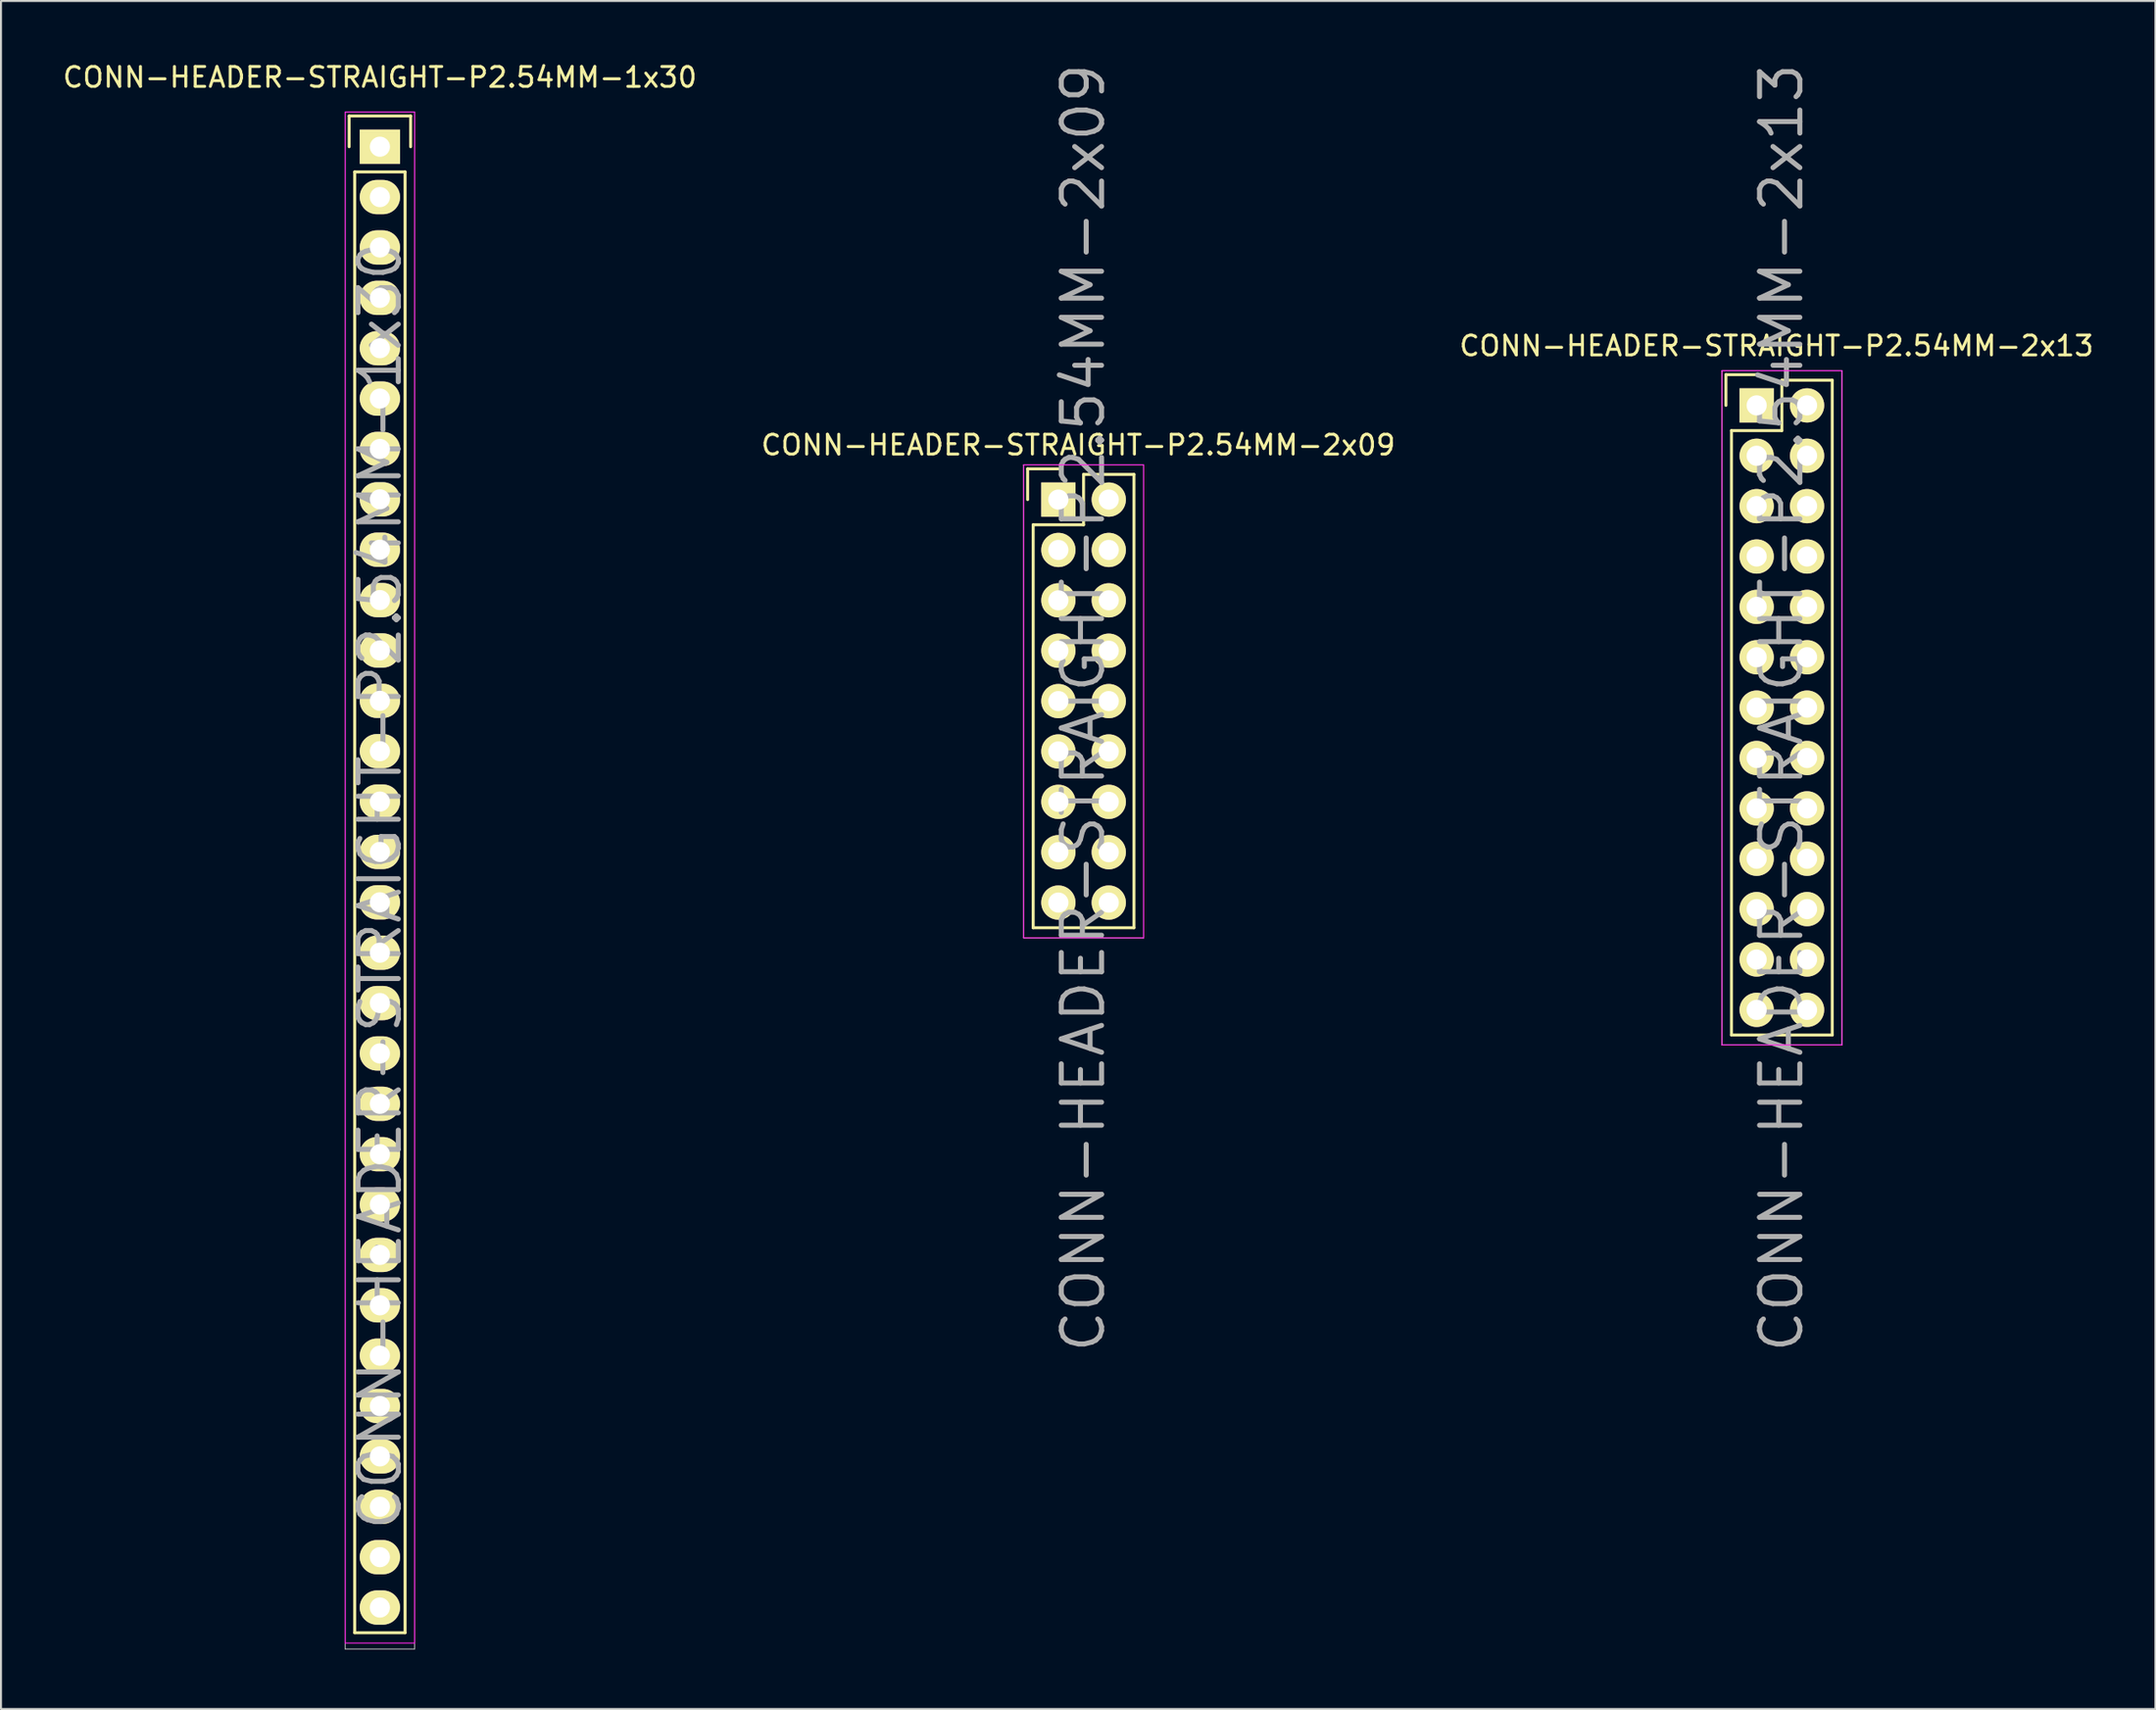
<source format=kicad_pcb>
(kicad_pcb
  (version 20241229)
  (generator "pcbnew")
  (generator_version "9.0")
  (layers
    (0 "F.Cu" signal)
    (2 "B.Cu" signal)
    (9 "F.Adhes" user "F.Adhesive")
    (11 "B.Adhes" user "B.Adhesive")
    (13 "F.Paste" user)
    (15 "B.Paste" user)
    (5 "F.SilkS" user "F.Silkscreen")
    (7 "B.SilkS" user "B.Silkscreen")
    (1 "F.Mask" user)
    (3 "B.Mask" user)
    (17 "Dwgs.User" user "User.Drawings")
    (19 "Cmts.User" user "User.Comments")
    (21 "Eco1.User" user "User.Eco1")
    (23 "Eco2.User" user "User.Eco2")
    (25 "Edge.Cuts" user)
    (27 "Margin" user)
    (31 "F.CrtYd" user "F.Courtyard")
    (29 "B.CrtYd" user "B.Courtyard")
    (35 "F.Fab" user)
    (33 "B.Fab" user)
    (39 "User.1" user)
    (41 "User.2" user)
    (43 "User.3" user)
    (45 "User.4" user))
  (footprint "CONN-HEADER-STRAIGHT-P2.54MM-2x09"
    (layer "F.Cu")
    (at 50.304 22.141)
    (property "Reference" "CONN-HEADER-STRAIGHT-P2.54MM-2x09" (at 1.25 10.5 90) (layer "F.Fab") (effects (font (size 2.032 2.032) (thickness 0.254))))
    (attr through_hole)
    (fp_line (start -1.55 -1.55) (end -1.55 0) (stroke (width 0.15) (type solid)) (layer "F.SilkS"))
    (fp_line (start -1.27 1.27) (end -1.27 21.59) (stroke (width 0.15) (type solid)) (layer "F.SilkS"))
    (fp_line (start 0 -1.55) (end -1.55 -1.55) (stroke (width 0.15) (type solid)) (layer "F.SilkS"))
    (fp_line (start 1.27 -1.27) (end 1.27 1.27) (stroke (width 0.15) (type solid)) (layer "F.SilkS"))
    (fp_line (start 1.27 1.27) (end -1.27 1.27) (stroke (width 0.15) (type solid)) (layer "F.SilkS"))
    (fp_line (start 3.81 -1.27) (end 1.27 -1.27) (stroke (width 0.15) (type solid)) (layer "F.SilkS"))
    (fp_line (start 3.81 21.59) (end -1.27 21.59) (stroke (width 0.15) (type solid)) (layer "F.SilkS"))
    (fp_line (start 3.81 21.59) (end 3.81 -1.27) (stroke (width 0.15) (type solid)) (layer "F.SilkS"))
    (fp_line (start -1.75 -1.75) (end -1.75 22.1) (stroke (width 0.05) (type solid)) (layer "F.CrtYd"))
    (fp_line (start -1.75 -1.75) (end 4.3 -1.75) (stroke (width 0.05) (type solid)) (layer "F.CrtYd"))
    (fp_line (start -1.75 22.1) (end 4.3 22.1) (stroke (width 0.05) (type solid)) (layer "F.CrtYd"))
    (fp_line (start 4.3 -1.75) (end 4.3 22.1) (stroke (width 0.05) (type solid)) (layer "F.CrtYd"))
    (fp_line (start -1.75 -1.75) (end -1.75 22.1) (stroke (width 0.05) (type solid)) (layer "F.Fab"))
    (fp_line (start -1.75 -1.75) (end 4.3 -1.75) (stroke (width 0.05) (type solid)) (layer "F.Fab"))
    (fp_line (start -1.75 22.1) (end 4.3 22.1) (stroke (width 0.05) (type solid)) (layer "F.Fab"))
    (fp_line (start 4.3 -1.75) (end 4.3 22.1) (stroke (width 0.05) (type solid)) (layer "F.Fab"))
    (fp_text user "${REFERENCE}" (at 1 -2.75 0) (layer "F.SilkS") (effects (font (size 1 1) (thickness 0.15))))
    (pad "1" thru_hole rect (at 0 0) (size 1.727 1.727) (drill 1.016) (layers "*.Cu" "*.Mask" "F.SilkS"))
    (pad "2" thru_hole oval (at 2.54 0) (size 1.727 1.727) (drill 1.016) (layers "*.Cu" "*.Mask" "F.SilkS"))
    (pad "3" thru_hole oval (at 0 2.54) (size 1.727 1.727) (drill 1.016) (layers "*.Cu" "*.Mask" "F.SilkS"))
    (pad "4" thru_hole oval (at 2.54 2.54) (size 1.727 1.727) (drill 1.016) (layers "*.Cu" "*.Mask" "F.SilkS"))
    (pad "5" thru_hole oval (at 0 5.08) (size 1.727 1.727) (drill 1.016) (layers "*.Cu" "*.Mask" "F.SilkS"))
    (pad "6" thru_hole oval (at 2.54 5.08) (size 1.727 1.727) (drill 1.016) (layers "*.Cu" "*.Mask" "F.SilkS"))
    (pad "7" thru_hole oval (at 0 7.62) (size 1.727 1.727) (drill 1.016) (layers "*.Cu" "*.Mask" "F.SilkS"))
    (pad "8" thru_hole oval (at 2.54 7.62) (size 1.727 1.727) (drill 1.016) (layers "*.Cu" "*.Mask" "F.SilkS"))
    (pad "9" thru_hole oval (at 0 10.16) (size 1.727 1.727) (drill 1.016) (layers "*.Cu" "*.Mask" "F.SilkS"))
    (pad "10" thru_hole oval (at 2.54 10.16) (size 1.727 1.727) (drill 1.016) (layers "*.Cu" "*.Mask" "F.SilkS"))
    (pad "11" thru_hole oval (at 0 12.7) (size 1.727 1.727) (drill 1.016) (layers "*.Cu" "*.Mask" "F.SilkS"))
    (pad "12" thru_hole oval (at 2.54 12.7) (size 1.727 1.727) (drill 1.016) (layers "*.Cu" "*.Mask" "F.SilkS"))
    (pad "13" thru_hole oval (at 0 15.24) (size 1.727 1.727) (drill 1.016) (layers "*.Cu" "*.Mask" "F.SilkS"))
    (pad "14" thru_hole oval (at 2.54 15.24) (size 1.727 1.727) (drill 1.016) (layers "*.Cu" "*.Mask" "F.SilkS"))
    (pad "15" thru_hole oval (at 0 17.78) (size 1.727 1.727) (drill 1.016) (layers "*.Cu" "*.Mask" "F.SilkS"))
    (pad "16" thru_hole oval (at 2.54 17.78) (size 1.727 1.727) (drill 1.016) (layers "*.Cu" "*.Mask" "F.SilkS"))
    (pad "17" thru_hole oval (at 0 20.32) (size 1.727 1.727) (drill 1.016) (layers "*.Cu" "*.Mask" "F.SilkS"))
    (pad "18" thru_hole oval (at 2.54 20.32) (size 1.727 1.727) (drill 1.016) (layers "*.Cu" "*.Mask" "F.SilkS")))
  (footprint "CONN-HEADER-STRAIGHT-P2.54MM-1x30"
    (layer "F.Cu")
    (at 16.101 4.348)
    (property "Reference" "CONN-HEADER-STRAIGHT-P2.54MM-1x30" (at 0 37.25 90) (layer "F.Fab") (effects (font (size 2.032 2.032) (thickness 0.254))))
    (attr through_hole)
    (fp_line (start -1.55 -1.55) (end 1.55 -1.55) (stroke (width 0.15) (type solid)) (layer "F.SilkS"))
    (fp_line (start -1.55 0) (end -1.55 -1.55) (stroke (width 0.15) (type solid)) (layer "F.SilkS"))
    (fp_line (start -1.27 1.27) (end -1.27 74.93) (stroke (width 0.15) (type solid)) (layer "F.SilkS"))
    (fp_line (start -1.27 74.93) (end 1.27 74.93) (stroke (width 0.15) (type solid)) (layer "F.SilkS"))
    (fp_line (start 1.27 1.27) (end -1.27 1.27) (stroke (width 0.15) (type solid)) (layer "F.SilkS"))
    (fp_line (start 1.27 74.93) (end 1.27 1.27) (stroke (width 0.15) (type solid)) (layer "F.SilkS"))
    (fp_line (start 1.55 -1.55) (end 1.55 0) (stroke (width 0.15) (type solid)) (layer "F.SilkS"))
    (fp_line (start -1.75 -1.75) (end -1.75 75.45) (stroke (width 0.05) (type solid)) (layer "F.CrtYd"))
    (fp_line (start -1.75 -1.75) (end 1.75 -1.75) (stroke (width 0.05) (type solid)) (layer "F.CrtYd"))
    (fp_line (start -1.75 75.45) (end 1.75 75.45) (stroke (width 0.05) (type solid)) (layer "F.CrtYd"))
    (fp_line (start 1.75 -1.75) (end 1.75 75.45) (stroke (width 0.05) (type solid)) (layer "F.CrtYd"))
    (fp_line (start -1.75 -1.75) (end 1.75 -1.75) (stroke (width 0.051) (type solid)) (layer "F.Fab"))
    (fp_line (start -1.75 75.75) (end -1.75 -1.75) (stroke (width 0.051) (type solid)) (layer "F.Fab"))
    (fp_line (start 1.75 -1.75) (end 1.75 75.75) (stroke (width 0.051) (type solid)) (layer "F.Fab"))
    (fp_line (start 1.75 75.75) (end -1.75 75.75) (stroke (width 0.051) (type solid)) (layer "F.Fab"))
    (fp_text user "${REFERENCE}" (at 0 -3.5 0) (layer "F.SilkS") (effects (font (size 1 1) (thickness 0.15))))
    (pad "1" thru_hole rect (at 0 0) (size 2.032 1.727) (drill 1.016) (layers "*.Cu" "*.Mask" "F.SilkS"))
    (pad "2" thru_hole oval (at 0 2.54) (size 2.032 1.727) (drill 1.016) (layers "*.Cu" "*.Mask" "F.SilkS"))
    (pad "3" thru_hole oval (at 0 5.08) (size 2.032 1.727) (drill 1.016) (layers "*.Cu" "*.Mask" "F.SilkS"))
    (pad "4" thru_hole oval (at 0 7.62) (size 2.032 1.727) (drill 1.016) (layers "*.Cu" "*.Mask" "F.SilkS"))
    (pad "5" thru_hole oval (at 0 10.16) (size 2.032 1.727) (drill 1.016) (layers "*.Cu" "*.Mask" "F.SilkS"))
    (pad "6" thru_hole oval (at 0 12.7) (size 2.032 1.727) (drill 1.016) (layers "*.Cu" "*.Mask" "F.SilkS"))
    (pad "7" thru_hole oval (at 0 15.24) (size 2.032 1.727) (drill 1.016) (layers "*.Cu" "*.Mask" "F.SilkS"))
    (pad "8" thru_hole oval (at 0 17.78) (size 2.032 1.727) (drill 1.016) (layers "*.Cu" "*.Mask" "F.SilkS"))
    (pad "9" thru_hole oval (at 0 20.32) (size 2.032 1.727) (drill 1.016) (layers "*.Cu" "*.Mask" "F.SilkS"))
    (pad "10" thru_hole oval (at 0 22.86) (size 2.032 1.727) (drill 1.016) (layers "*.Cu" "*.Mask" "F.SilkS"))
    (pad "11" thru_hole oval (at 0 25.4) (size 2.032 1.727) (drill 1.016) (layers "*.Cu" "*.Mask" "F.SilkS"))
    (pad "12" thru_hole oval (at 0 27.94) (size 2.032 1.727) (drill 1.016) (layers "*.Cu" "*.Mask" "F.SilkS"))
    (pad "13" thru_hole oval (at 0 30.48) (size 2.032 1.727) (drill 1.016) (layers "*.Cu" "*.Mask" "F.SilkS"))
    (pad "14" thru_hole oval (at 0 33.02) (size 2.032 1.727) (drill 1.016) (layers "*.Cu" "*.Mask" "F.SilkS"))
    (pad "15" thru_hole oval (at 0 35.56) (size 2.032 1.727) (drill 1.016) (layers "*.Cu" "*.Mask" "F.SilkS"))
    (pad "16" thru_hole oval (at 0 38.1) (size 2.032 1.727) (drill 1.016) (layers "*.Cu" "*.Mask" "F.SilkS"))
    (pad "17" thru_hole oval (at 0 40.64) (size 2.032 1.727) (drill 1.016) (layers "*.Cu" "*.Mask" "F.SilkS"))
    (pad "18" thru_hole oval (at 0 43.18) (size 2.032 1.727) (drill 1.016) (layers "*.Cu" "*.Mask" "F.SilkS"))
    (pad "19" thru_hole oval (at 0 45.72) (size 2.032 1.727) (drill 1.016) (layers "*.Cu" "*.Mask" "F.SilkS"))
    (pad "20" thru_hole oval (at 0 48.26) (size 2.032 1.727) (drill 1.016) (layers "*.Cu" "*.Mask" "F.SilkS"))
    (pad "21" thru_hole oval (at 0 50.8) (size 2.032 1.727) (drill 1.016) (layers "*.Cu" "*.Mask" "F.SilkS"))
    (pad "22" thru_hole oval (at 0 53.34) (size 2.032 1.727) (drill 1.016) (layers "*.Cu" "*.Mask" "F.SilkS"))
    (pad "23" thru_hole oval (at 0 55.88) (size 2.032 1.727) (drill 1.016) (layers "*.Cu" "*.Mask" "F.SilkS"))
    (pad "24" thru_hole oval (at 0 58.42) (size 2.032 1.727) (drill 1.016) (layers "*.Cu" "*.Mask" "F.SilkS"))
    (pad "25" thru_hole oval (at 0 60.96) (size 2.032 1.727) (drill 1.016) (layers "*.Cu" "*.Mask" "F.SilkS"))
    (pad "26" thru_hole oval (at 0 63.5) (size 2.032 1.727) (drill 1.016) (layers "*.Cu" "*.Mask" "F.SilkS"))
    (pad "27" thru_hole oval (at 0 66.04) (size 2.032 1.727) (drill 1.016) (layers "*.Cu" "*.Mask" "F.SilkS"))
    (pad "28" thru_hole oval (at 0 68.58) (size 2.032 1.727) (drill 1.016) (layers "*.Cu" "*.Mask" "F.SilkS"))
    (pad "29" thru_hole oval (at 0 71.12) (size 2.032 1.727) (drill 1.016) (layers "*.Cu" "*.Mask" "F.SilkS"))
    (pad "30" thru_hole oval (at 0 73.66) (size 2.032 1.727) (drill 1.016) (layers "*.Cu" "*.Mask" "F.SilkS")))
  (footprint "CONN-HEADER-STRAIGHT-P2.54MM-2x13"
    (layer "F.Cu")
    (at 85.506 17.391)
    (property "Reference" "CONN-HEADER-STRAIGHT-P2.54MM-2x13" (at 1.25 15.25 90) (layer "F.Fab") (effects (font (size 2.032 2.032) (thickness 0.254))))
    (attr through_hole)
    (fp_line (start -1.55 -1.55) (end -1.55 0) (stroke (width 0.15) (type solid)) (layer "F.SilkS"))
    (fp_line (start -1.27 1.27) (end -1.27 31.75) (stroke (width 0.15) (type solid)) (layer "F.SilkS"))
    (fp_line (start 0 -1.55) (end -1.55 -1.55) (stroke (width 0.15) (type solid)) (layer "F.SilkS"))
    (fp_line (start 1.27 -1.27) (end 1.27 1.27) (stroke (width 0.15) (type solid)) (layer "F.SilkS"))
    (fp_line (start 1.27 1.27) (end -1.27 1.27) (stroke (width 0.15) (type solid)) (layer "F.SilkS"))
    (fp_line (start 3.81 -1.27) (end 1.27 -1.27) (stroke (width 0.15) (type solid)) (layer "F.SilkS"))
    (fp_line (start 3.81 -1.27) (end 3.81 31.75) (stroke (width 0.15) (type solid)) (layer "F.SilkS"))
    (fp_line (start 3.81 31.75) (end -1.27 31.75) (stroke (width 0.15) (type solid)) (layer "F.SilkS"))
    (fp_line (start -1.75 -1.75) (end -1.75 32.25) (stroke (width 0.05) (type solid)) (layer "F.CrtYd"))
    (fp_line (start -1.75 -1.75) (end 4.3 -1.75) (stroke (width 0.05) (type solid)) (layer "F.CrtYd"))
    (fp_line (start -1.75 32.25) (end 4.3 32.25) (stroke (width 0.05) (type solid)) (layer "F.CrtYd"))
    (fp_line (start 4.3 -1.75) (end 4.3 32.25) (stroke (width 0.05) (type solid)) (layer "F.CrtYd"))
    (fp_line (start -1.75 -1.75) (end -1.75 32.25) (stroke (width 0.05) (type solid)) (layer "F.Fab"))
    (fp_line (start -1.75 -1.75) (end 4.3 -1.75) (stroke (width 0.05) (type solid)) (layer "F.Fab"))
    (fp_line (start -1.75 32.25) (end 4.3 32.25) (stroke (width 0.05) (type solid)) (layer "F.Fab"))
    (fp_line (start 4.3 -1.75) (end 4.3 32.25) (stroke (width 0.05) (type solid)) (layer "F.Fab"))
    (fp_text user "${REFERENCE}" (at 1 -3 0) (layer "F.SilkS") (effects (font (size 1 1) (thickness 0.15))))
    (pad "1" thru_hole rect (at 0 0) (size 1.727 1.727) (drill 1.016) (layers "*.Cu" "*.Mask" "F.SilkS"))
    (pad "2" thru_hole oval (at 2.54 0) (size 1.727 1.727) (drill 1.016) (layers "*.Cu" "*.Mask" "F.SilkS"))
    (pad "3" thru_hole oval (at 0 2.54) (size 1.727 1.727) (drill 1.016) (layers "*.Cu" "*.Mask" "F.SilkS"))
    (pad "4" thru_hole oval (at 2.54 2.54) (size 1.727 1.727) (drill 1.016) (layers "*.Cu" "*.Mask" "F.SilkS"))
    (pad "5" thru_hole oval (at 0 5.08) (size 1.727 1.727) (drill 1.016) (layers "*.Cu" "*.Mask" "F.SilkS"))
    (pad "6" thru_hole oval (at 2.54 5.08) (size 1.727 1.727) (drill 1.016) (layers "*.Cu" "*.Mask" "F.SilkS"))
    (pad "7" thru_hole oval (at 0 7.62) (size 1.727 1.727) (drill 1.016) (layers "*.Cu" "*.Mask" "F.SilkS"))
    (pad "8" thru_hole oval (at 2.54 7.62) (size 1.727 1.727) (drill 1.016) (layers "*.Cu" "*.Mask" "F.SilkS"))
    (pad "9" thru_hole oval (at 0 10.16) (size 1.727 1.727) (drill 1.016) (layers "*.Cu" "*.Mask" "F.SilkS"))
    (pad "10" thru_hole oval (at 2.54 10.16) (size 1.727 1.727) (drill 1.016) (layers "*.Cu" "*.Mask" "F.SilkS"))
    (pad "11" thru_hole oval (at 0 12.7) (size 1.727 1.727) (drill 1.016) (layers "*.Cu" "*.Mask" "F.SilkS"))
    (pad "12" thru_hole oval (at 2.54 12.7) (size 1.727 1.727) (drill 1.016) (layers "*.Cu" "*.Mask" "F.SilkS"))
    (pad "13" thru_hole oval (at 0 15.24) (size 1.727 1.727) (drill 1.016) (layers "*.Cu" "*.Mask" "F.SilkS"))
    (pad "14" thru_hole oval (at 2.54 15.24) (size 1.727 1.727) (drill 1.016) (layers "*.Cu" "*.Mask" "F.SilkS"))
    (pad "15" thru_hole oval (at 0 17.78) (size 1.727 1.727) (drill 1.016) (layers "*.Cu" "*.Mask" "F.SilkS"))
    (pad "16" thru_hole oval (at 2.54 17.78) (size 1.727 1.727) (drill 1.016) (layers "*.Cu" "*.Mask" "F.SilkS"))
    (pad "17" thru_hole oval (at 0 20.32) (size 1.727 1.727) (drill 1.016) (layers "*.Cu" "*.Mask" "F.SilkS"))
    (pad "18" thru_hole oval (at 2.54 20.32) (size 1.727 1.727) (drill 1.016) (layers "*.Cu" "*.Mask" "F.SilkS"))
    (pad "19" thru_hole oval (at 0 22.86) (size 1.727 1.727) (drill 1.016) (layers "*.Cu" "*.Mask" "F.SilkS"))
    (pad "20" thru_hole oval (at 2.54 22.86) (size 1.727 1.727) (drill 1.016) (layers "*.Cu" "*.Mask" "F.SilkS"))
    (pad "21" thru_hole oval (at 0 25.4) (size 1.727 1.727) (drill 1.016) (layers "*.Cu" "*.Mask" "F.SilkS"))
    (pad "22" thru_hole oval (at 2.54 25.4) (size 1.727 1.727) (drill 1.016) (layers "*.Cu" "*.Mask" "F.SilkS"))
    (pad "23" thru_hole oval (at 0 27.94) (size 1.727 1.727) (drill 1.016) (layers "*.Cu" "*.Mask" "F.SilkS"))
    (pad "24" thru_hole oval (at 2.54 27.94) (size 1.727 1.727) (drill 1.016) (layers "*.Cu" "*.Mask" "F.SilkS"))
    (pad "25" thru_hole oval (at 0 30.48) (size 1.727 1.727) (drill 1.016) (layers "*.Cu" "*.Mask" "F.SilkS"))
    (pad "26" thru_hole oval (at 2.54 30.48) (size 1.727 1.727) (drill 1.016) (layers "*.Cu" "*.Mask" "F.SilkS")))
  (gr_rect
    (start -3 -3)
    (end 105.607 83.124)
    (stroke (width 0.1) (type default))
    (fill no)
    (layer "Edge.Cuts")))
</source>
